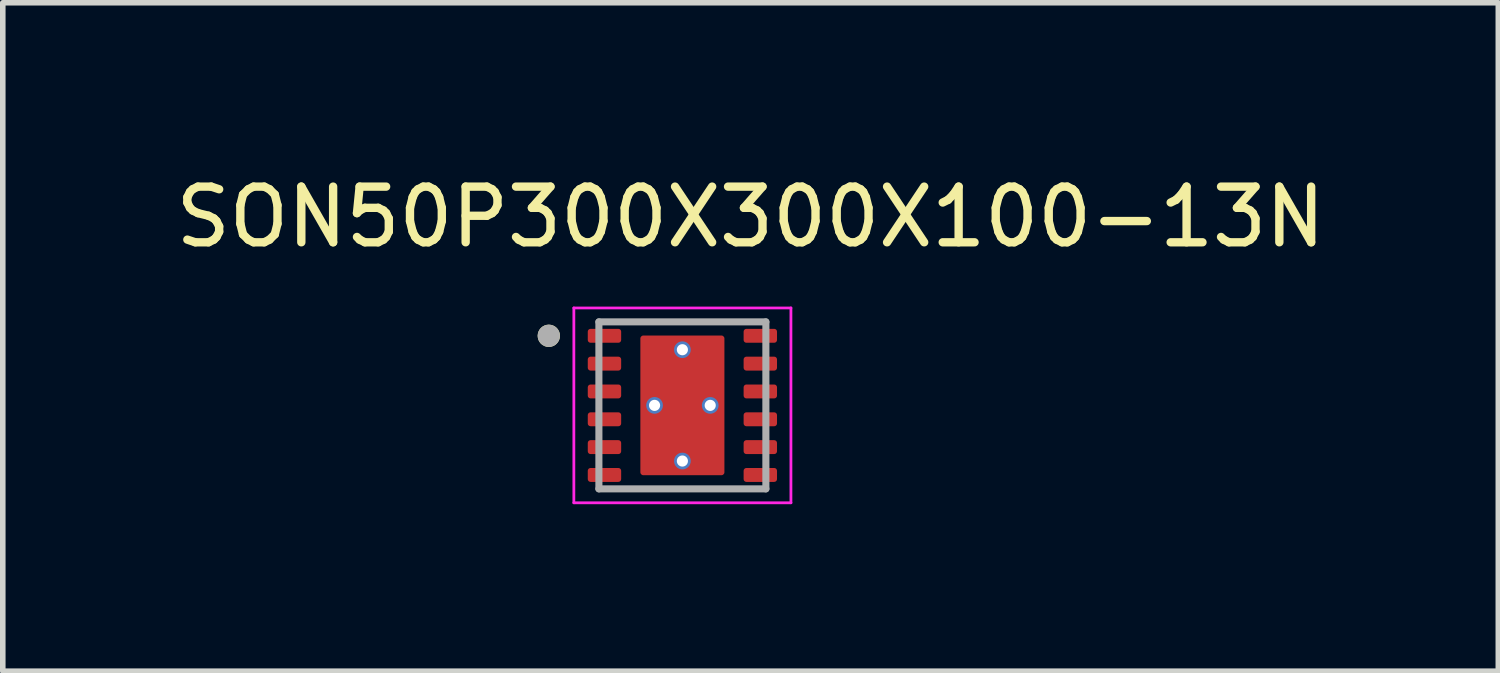
<source format=kicad_pcb>
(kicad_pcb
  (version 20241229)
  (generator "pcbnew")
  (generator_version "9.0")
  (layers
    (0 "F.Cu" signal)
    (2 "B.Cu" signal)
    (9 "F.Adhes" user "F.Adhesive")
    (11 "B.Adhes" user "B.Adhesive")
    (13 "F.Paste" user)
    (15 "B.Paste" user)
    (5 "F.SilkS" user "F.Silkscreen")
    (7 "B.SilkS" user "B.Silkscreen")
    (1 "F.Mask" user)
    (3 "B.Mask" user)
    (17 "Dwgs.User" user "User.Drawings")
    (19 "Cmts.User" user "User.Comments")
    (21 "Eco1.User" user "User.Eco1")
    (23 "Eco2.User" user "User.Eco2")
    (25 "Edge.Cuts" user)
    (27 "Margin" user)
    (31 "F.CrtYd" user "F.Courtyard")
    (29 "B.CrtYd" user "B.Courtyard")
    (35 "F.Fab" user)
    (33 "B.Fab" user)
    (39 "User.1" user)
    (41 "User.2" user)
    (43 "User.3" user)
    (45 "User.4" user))
  (footprint "SON50P300X300X100-13N"
    (layer "F.Cu")
    (at 9.21 4.233)
    (property "Reference" "SON50P300X300X100-13N" (at 1.225 -3.385 0) (layer "F.SilkS") (effects (font (size 1 1) (thickness 0.15))))
    (attr smd)
    (fp_poly (pts (xy -1.77 -1.105) (xy -1.77 -1.395) (xy -1.77 -1.398) (xy -1.77 -1.4) (xy -1.769 -1.403) (xy -1.769 -1.405) (xy -1.768 -1.408) (xy -1.768 -1.41) (xy -1.767 -1.413) (xy -1.766 -1.415) (xy -1.765 -1.418) (xy -1.763 -1.42) (xy -1.762 -1.422) (xy -1.76 -1.424) (xy -1.759 -1.426) (xy -1.757 -1.428) (xy -1.755 -1.43) (xy -1.753 -1.432) (xy -1.751 -1.434) (xy -1.749 -1.435) (xy -1.747 -1.437) (xy -1.745 -1.438) (xy -1.743 -1.44) (xy -1.74 -1.441) (xy -1.738 -1.442) (xy -1.735 -1.443) (xy -1.733 -1.443) (xy -1.73 -1.444) (xy -1.728 -1.444) (xy -1.725 -1.445) (xy -1.723 -1.445) (xy -1.72 -1.445) (xy -1.08 -1.445) (xy -1.077 -1.445) (xy -1.075 -1.445) (xy -1.072 -1.444) (xy -1.07 -1.444) (xy -1.067 -1.443) (xy -1.065 -1.443) (xy -1.062 -1.442) (xy -1.06 -1.441) (xy -1.057 -1.44) (xy -1.055 -1.438) (xy -1.053 -1.437) (xy -1.051 -1.435) (xy -1.049 -1.434) (xy -1.047 -1.432) (xy -1.045 -1.43) (xy -1.043 -1.428) (xy -1.041 -1.426) (xy -1.04 -1.424) (xy -1.038 -1.422) (xy -1.037 -1.42) (xy -1.035 -1.418) (xy -1.034 -1.415) (xy -1.033 -1.413) (xy -1.032 -1.41) (xy -1.032 -1.408) (xy -1.031 -1.405) (xy -1.031 -1.403) (xy -1.03 -1.4) (xy -1.03 -1.398) (xy -1.03 -1.395) (xy -1.03 -1.105) (xy -1.03 -1.102) (xy -1.03 -1.1) (xy -1.031 -1.097) (xy -1.031 -1.095) (xy -1.032 -1.092) (xy -1.032 -1.09) (xy -1.033 -1.087) (xy -1.034 -1.085) (xy -1.035 -1.082) (xy -1.037 -1.08) (xy -1.038 -1.078) (xy -1.04 -1.076) (xy -1.041 -1.074) (xy -1.043 -1.072) (xy -1.045 -1.07) (xy -1.047 -1.068) (xy -1.049 -1.066) (xy -1.051 -1.065) (xy -1.053 -1.063) (xy -1.055 -1.062) (xy -1.057 -1.06) (xy -1.06 -1.059) (xy -1.062 -1.058) (xy -1.065 -1.057) (xy -1.067 -1.057) (xy -1.07 -1.056) (xy -1.072 -1.056) (xy -1.075 -1.055) (xy -1.077 -1.055) (xy -1.08 -1.055) (xy -1.72 -1.055) (xy -1.723 -1.055) (xy -1.725 -1.055) (xy -1.728 -1.056) (xy -1.73 -1.056) (xy -1.733 -1.057) (xy -1.735 -1.057) (xy -1.738 -1.058) (xy -1.74 -1.059) (xy -1.743 -1.06) (xy -1.745 -1.062) (xy -1.747 -1.063) (xy -1.749 -1.065) (xy -1.751 -1.066) (xy -1.753 -1.068) (xy -1.755 -1.07) (xy -1.757 -1.072) (xy -1.759 -1.074) (xy -1.76 -1.076) (xy -1.762 -1.078) (xy -1.763 -1.08) (xy -1.765 -1.082) (xy -1.766 -1.085) (xy -1.767 -1.087) (xy -1.768 -1.09) (xy -1.768 -1.092) (xy -1.769 -1.095) (xy -1.769 -1.097) (xy -1.77 -1.1) (xy -1.77 -1.102) (xy -1.77 -1.105)) (stroke (width 0.01) (type solid)) (fill yes) (layer "F.Mask"))
    (fp_poly (pts (xy -1.77 -0.605) (xy -1.77 -0.895) (xy -1.77 -0.898) (xy -1.77 -0.9) (xy -1.769 -0.903) (xy -1.769 -0.905) (xy -1.768 -0.908) (xy -1.768 -0.91) (xy -1.767 -0.913) (xy -1.766 -0.915) (xy -1.765 -0.918) (xy -1.763 -0.92) (xy -1.762 -0.922) (xy -1.76 -0.924) (xy -1.759 -0.926) (xy -1.757 -0.928) (xy -1.755 -0.93) (xy -1.753 -0.932) (xy -1.751 -0.934) (xy -1.749 -0.935) (xy -1.747 -0.937) (xy -1.745 -0.938) (xy -1.743 -0.94) (xy -1.74 -0.941) (xy -1.738 -0.942) (xy -1.735 -0.943) (xy -1.733 -0.943) (xy -1.73 -0.944) (xy -1.728 -0.944) (xy -1.725 -0.945) (xy -1.723 -0.945) (xy -1.72 -0.945) (xy -1.08 -0.945) (xy -1.077 -0.945) (xy -1.075 -0.945) (xy -1.072 -0.944) (xy -1.07 -0.944) (xy -1.067 -0.943) (xy -1.065 -0.943) (xy -1.062 -0.942) (xy -1.06 -0.941) (xy -1.057 -0.94) (xy -1.055 -0.938) (xy -1.053 -0.937) (xy -1.051 -0.935) (xy -1.049 -0.934) (xy -1.047 -0.932) (xy -1.045 -0.93) (xy -1.043 -0.928) (xy -1.041 -0.926) (xy -1.04 -0.924) (xy -1.038 -0.922) (xy -1.037 -0.92) (xy -1.035 -0.918) (xy -1.034 -0.915) (xy -1.033 -0.913) (xy -1.032 -0.91) (xy -1.032 -0.908) (xy -1.031 -0.905) (xy -1.031 -0.903) (xy -1.03 -0.9) (xy -1.03 -0.898) (xy -1.03 -0.895) (xy -1.03 -0.605) (xy -1.03 -0.602) (xy -1.03 -0.6) (xy -1.031 -0.597) (xy -1.031 -0.595) (xy -1.032 -0.592) (xy -1.032 -0.59) (xy -1.033 -0.587) (xy -1.034 -0.585) (xy -1.035 -0.582) (xy -1.037 -0.58) (xy -1.038 -0.578) (xy -1.04 -0.576) (xy -1.041 -0.574) (xy -1.043 -0.572) (xy -1.045 -0.57) (xy -1.047 -0.568) (xy -1.049 -0.566) (xy -1.051 -0.565) (xy -1.053 -0.563) (xy -1.055 -0.562) (xy -1.057 -0.56) (xy -1.06 -0.559) (xy -1.062 -0.558) (xy -1.065 -0.557) (xy -1.067 -0.557) (xy -1.07 -0.556) (xy -1.072 -0.556) (xy -1.075 -0.555) (xy -1.077 -0.555) (xy -1.08 -0.555) (xy -1.72 -0.555) (xy -1.723 -0.555) (xy -1.725 -0.555) (xy -1.728 -0.556) (xy -1.73 -0.556) (xy -1.733 -0.557) (xy -1.735 -0.557) (xy -1.738 -0.558) (xy -1.74 -0.559) (xy -1.743 -0.56) (xy -1.745 -0.562) (xy -1.747 -0.563) (xy -1.749 -0.565) (xy -1.751 -0.566) (xy -1.753 -0.568) (xy -1.755 -0.57) (xy -1.757 -0.572) (xy -1.759 -0.574) (xy -1.76 -0.576) (xy -1.762 -0.578) (xy -1.763 -0.58) (xy -1.765 -0.582) (xy -1.766 -0.585) (xy -1.767 -0.587) (xy -1.768 -0.59) (xy -1.768 -0.592) (xy -1.769 -0.595) (xy -1.769 -0.597) (xy -1.77 -0.6) (xy -1.77 -0.602) (xy -1.77 -0.605)) (stroke (width 0.01) (type solid)) (fill yes) (layer "F.Mask"))
    (fp_poly (pts (xy -1.77 -0.105) (xy -1.77 -0.395) (xy -1.77 -0.398) (xy -1.77 -0.4) (xy -1.769 -0.403) (xy -1.769 -0.405) (xy -1.768 -0.408) (xy -1.768 -0.41) (xy -1.767 -0.413) (xy -1.766 -0.415) (xy -1.765 -0.418) (xy -1.763 -0.42) (xy -1.762 -0.422) (xy -1.76 -0.424) (xy -1.759 -0.426) (xy -1.757 -0.428) (xy -1.755 -0.43) (xy -1.753 -0.432) (xy -1.751 -0.434) (xy -1.749 -0.435) (xy -1.747 -0.437) (xy -1.745 -0.438) (xy -1.743 -0.44) (xy -1.74 -0.441) (xy -1.738 -0.442) (xy -1.735 -0.443) (xy -1.733 -0.443) (xy -1.73 -0.444) (xy -1.728 -0.444) (xy -1.725 -0.445) (xy -1.723 -0.445) (xy -1.72 -0.445) (xy -1.08 -0.445) (xy -1.077 -0.445) (xy -1.075 -0.445) (xy -1.072 -0.444) (xy -1.07 -0.444) (xy -1.067 -0.443) (xy -1.065 -0.443) (xy -1.062 -0.442) (xy -1.06 -0.441) (xy -1.057 -0.44) (xy -1.055 -0.438) (xy -1.053 -0.437) (xy -1.051 -0.435) (xy -1.049 -0.434) (xy -1.047 -0.432) (xy -1.045 -0.43) (xy -1.043 -0.428) (xy -1.041 -0.426) (xy -1.04 -0.424) (xy -1.038 -0.422) (xy -1.037 -0.42) (xy -1.035 -0.418) (xy -1.034 -0.415) (xy -1.033 -0.413) (xy -1.032 -0.41) (xy -1.032 -0.408) (xy -1.031 -0.405) (xy -1.031 -0.403) (xy -1.03 -0.4) (xy -1.03 -0.398) (xy -1.03 -0.395) (xy -1.03 -0.105) (xy -1.03 -0.102) (xy -1.03 -0.1) (xy -1.031 -0.097) (xy -1.031 -0.095) (xy -1.032 -0.092) (xy -1.032 -0.09) (xy -1.033 -0.087) (xy -1.034 -0.085) (xy -1.035 -0.082) (xy -1.037 -0.08) (xy -1.038 -0.078) (xy -1.04 -0.076) (xy -1.041 -0.074) (xy -1.043 -0.072) (xy -1.045 -0.07) (xy -1.047 -0.068) (xy -1.049 -0.066) (xy -1.051 -0.065) (xy -1.053 -0.063) (xy -1.055 -0.062) (xy -1.057 -0.06) (xy -1.06 -0.059) (xy -1.062 -0.058) (xy -1.065 -0.057) (xy -1.067 -0.057) (xy -1.07 -0.056) (xy -1.072 -0.056) (xy -1.075 -0.055) (xy -1.077 -0.055) (xy -1.08 -0.055) (xy -1.72 -0.055) (xy -1.723 -0.055) (xy -1.725 -0.055) (xy -1.728 -0.056) (xy -1.73 -0.056) (xy -1.733 -0.057) (xy -1.735 -0.057) (xy -1.738 -0.058) (xy -1.74 -0.059) (xy -1.743 -0.06) (xy -1.745 -0.062) (xy -1.747 -0.063) (xy -1.749 -0.065) (xy -1.751 -0.066) (xy -1.753 -0.068) (xy -1.755 -0.07) (xy -1.757 -0.072) (xy -1.759 -0.074) (xy -1.76 -0.076) (xy -1.762 -0.078) (xy -1.763 -0.08) (xy -1.765 -0.082) (xy -1.766 -0.085) (xy -1.767 -0.087) (xy -1.768 -0.09) (xy -1.768 -0.092) (xy -1.769 -0.095) (xy -1.769 -0.097) (xy -1.77 -0.1) (xy -1.77 -0.102) (xy -1.77 -0.105)) (stroke (width 0.01) (type solid)) (fill yes) (layer "F.Mask"))
    (fp_poly (pts (xy -1.77 0.395) (xy -1.77 0.105) (xy -1.77 0.102) (xy -1.77 0.1) (xy -1.769 0.097) (xy -1.769 0.095) (xy -1.768 0.092) (xy -1.768 0.09) (xy -1.767 0.087) (xy -1.766 0.085) (xy -1.765 0.082) (xy -1.763 0.08) (xy -1.762 0.078) (xy -1.76 0.076) (xy -1.759 0.074) (xy -1.757 0.072) (xy -1.755 0.07) (xy -1.753 0.068) (xy -1.751 0.066) (xy -1.749 0.065) (xy -1.747 0.063) (xy -1.745 0.062) (xy -1.743 0.06) (xy -1.74 0.059) (xy -1.738 0.058) (xy -1.735 0.057) (xy -1.733 0.057) (xy -1.73 0.056) (xy -1.728 0.056) (xy -1.725 0.055) (xy -1.723 0.055) (xy -1.72 0.055) (xy -1.08 0.055) (xy -1.077 0.055) (xy -1.075 0.055) (xy -1.072 0.056) (xy -1.07 0.056) (xy -1.067 0.057) (xy -1.065 0.057) (xy -1.062 0.058) (xy -1.06 0.059) (xy -1.057 0.06) (xy -1.055 0.062) (xy -1.053 0.063) (xy -1.051 0.065) (xy -1.049 0.066) (xy -1.047 0.068) (xy -1.045 0.07) (xy -1.043 0.072) (xy -1.041 0.074) (xy -1.04 0.076) (xy -1.038 0.078) (xy -1.037 0.08) (xy -1.035 0.082) (xy -1.034 0.085) (xy -1.033 0.087) (xy -1.032 0.09) (xy -1.032 0.092) (xy -1.031 0.095) (xy -1.031 0.097) (xy -1.03 0.1) (xy -1.03 0.102) (xy -1.03 0.105) (xy -1.03 0.395) (xy -1.03 0.398) (xy -1.03 0.4) (xy -1.031 0.403) (xy -1.031 0.405) (xy -1.032 0.408) (xy -1.032 0.41) (xy -1.033 0.413) (xy -1.034 0.415) (xy -1.035 0.418) (xy -1.037 0.42) (xy -1.038 0.422) (xy -1.04 0.424) (xy -1.041 0.426) (xy -1.043 0.428) (xy -1.045 0.43) (xy -1.047 0.432) (xy -1.049 0.434) (xy -1.051 0.435) (xy -1.053 0.437) (xy -1.055 0.438) (xy -1.057 0.44) (xy -1.06 0.441) (xy -1.062 0.442) (xy -1.065 0.443) (xy -1.067 0.443) (xy -1.07 0.444) (xy -1.072 0.444) (xy -1.075 0.445) (xy -1.077 0.445) (xy -1.08 0.445) (xy -1.72 0.445) (xy -1.723 0.445) (xy -1.725 0.445) (xy -1.728 0.444) (xy -1.73 0.444) (xy -1.733 0.443) (xy -1.735 0.443) (xy -1.738 0.442) (xy -1.74 0.441) (xy -1.743 0.44) (xy -1.745 0.438) (xy -1.747 0.437) (xy -1.749 0.435) (xy -1.751 0.434) (xy -1.753 0.432) (xy -1.755 0.43) (xy -1.757 0.428) (xy -1.759 0.426) (xy -1.76 0.424) (xy -1.762 0.422) (xy -1.763 0.42) (xy -1.765 0.418) (xy -1.766 0.415) (xy -1.767 0.413) (xy -1.768 0.41) (xy -1.768 0.408) (xy -1.769 0.405) (xy -1.769 0.403) (xy -1.77 0.4) (xy -1.77 0.398) (xy -1.77 0.395)) (stroke (width 0.01) (type solid)) (fill yes) (layer "F.Mask"))
    (fp_poly (pts (xy -1.77 0.895) (xy -1.77 0.605) (xy -1.77 0.602) (xy -1.77 0.6) (xy -1.769 0.597) (xy -1.769 0.595) (xy -1.768 0.592) (xy -1.768 0.59) (xy -1.767 0.587) (xy -1.766 0.585) (xy -1.765 0.582) (xy -1.763 0.58) (xy -1.762 0.578) (xy -1.76 0.576) (xy -1.759 0.574) (xy -1.757 0.572) (xy -1.755 0.57) (xy -1.753 0.568) (xy -1.751 0.566) (xy -1.749 0.565) (xy -1.747 0.563) (xy -1.745 0.562) (xy -1.743 0.56) (xy -1.74 0.559) (xy -1.738 0.558) (xy -1.735 0.557) (xy -1.733 0.557) (xy -1.73 0.556) (xy -1.728 0.556) (xy -1.725 0.555) (xy -1.723 0.555) (xy -1.72 0.555) (xy -1.08 0.555) (xy -1.077 0.555) (xy -1.075 0.555) (xy -1.072 0.556) (xy -1.07 0.556) (xy -1.067 0.557) (xy -1.065 0.557) (xy -1.062 0.558) (xy -1.06 0.559) (xy -1.057 0.56) (xy -1.055 0.562) (xy -1.053 0.563) (xy -1.051 0.565) (xy -1.049 0.566) (xy -1.047 0.568) (xy -1.045 0.57) (xy -1.043 0.572) (xy -1.041 0.574) (xy -1.04 0.576) (xy -1.038 0.578) (xy -1.037 0.58) (xy -1.035 0.582) (xy -1.034 0.585) (xy -1.033 0.587) (xy -1.032 0.59) (xy -1.032 0.592) (xy -1.031 0.595) (xy -1.031 0.597) (xy -1.03 0.6) (xy -1.03 0.602) (xy -1.03 0.605) (xy -1.03 0.895) (xy -1.03 0.898) (xy -1.03 0.9) (xy -1.031 0.903) (xy -1.031 0.905) (xy -1.032 0.908) (xy -1.032 0.91) (xy -1.033 0.913) (xy -1.034 0.915) (xy -1.035 0.918) (xy -1.037 0.92) (xy -1.038 0.922) (xy -1.04 0.924) (xy -1.041 0.926) (xy -1.043 0.928) (xy -1.045 0.93) (xy -1.047 0.932) (xy -1.049 0.934) (xy -1.051 0.935) (xy -1.053 0.937) (xy -1.055 0.938) (xy -1.057 0.94) (xy -1.06 0.941) (xy -1.062 0.942) (xy -1.065 0.943) (xy -1.067 0.943) (xy -1.07 0.944) (xy -1.072 0.944) (xy -1.075 0.945) (xy -1.077 0.945) (xy -1.08 0.945) (xy -1.72 0.945) (xy -1.723 0.945) (xy -1.725 0.945) (xy -1.728 0.944) (xy -1.73 0.944) (xy -1.733 0.943) (xy -1.735 0.943) (xy -1.738 0.942) (xy -1.74 0.941) (xy -1.743 0.94) (xy -1.745 0.938) (xy -1.747 0.937) (xy -1.749 0.935) (xy -1.751 0.934) (xy -1.753 0.932) (xy -1.755 0.93) (xy -1.757 0.928) (xy -1.759 0.926) (xy -1.76 0.924) (xy -1.762 0.922) (xy -1.763 0.92) (xy -1.765 0.918) (xy -1.766 0.915) (xy -1.767 0.913) (xy -1.768 0.91) (xy -1.768 0.908) (xy -1.769 0.905) (xy -1.769 0.903) (xy -1.77 0.9) (xy -1.77 0.898) (xy -1.77 0.895)) (stroke (width 0.01) (type solid)) (fill yes) (layer "F.Mask"))
    (fp_poly (pts (xy -1.77 1.395) (xy -1.77 1.105) (xy -1.77 1.102) (xy -1.77 1.1) (xy -1.769 1.097) (xy -1.769 1.095) (xy -1.768 1.092) (xy -1.768 1.09) (xy -1.767 1.087) (xy -1.766 1.085) (xy -1.765 1.082) (xy -1.763 1.08) (xy -1.762 1.078) (xy -1.76 1.076) (xy -1.759 1.074) (xy -1.757 1.072) (xy -1.755 1.07) (xy -1.753 1.068) (xy -1.751 1.066) (xy -1.749 1.065) (xy -1.747 1.063) (xy -1.745 1.062) (xy -1.743 1.06) (xy -1.74 1.059) (xy -1.738 1.058) (xy -1.735 1.057) (xy -1.733 1.057) (xy -1.73 1.056) (xy -1.728 1.056) (xy -1.725 1.055) (xy -1.723 1.055) (xy -1.72 1.055) (xy -1.08 1.055) (xy -1.077 1.055) (xy -1.075 1.055) (xy -1.072 1.056) (xy -1.07 1.056) (xy -1.067 1.057) (xy -1.065 1.057) (xy -1.062 1.058) (xy -1.06 1.059) (xy -1.057 1.06) (xy -1.055 1.062) (xy -1.053 1.063) (xy -1.051 1.065) (xy -1.049 1.066) (xy -1.047 1.068) (xy -1.045 1.07) (xy -1.043 1.072) (xy -1.041 1.074) (xy -1.04 1.076) (xy -1.038 1.078) (xy -1.037 1.08) (xy -1.035 1.082) (xy -1.034 1.085) (xy -1.033 1.087) (xy -1.032 1.09) (xy -1.032 1.092) (xy -1.031 1.095) (xy -1.031 1.097) (xy -1.03 1.1) (xy -1.03 1.102) (xy -1.03 1.105) (xy -1.03 1.395) (xy -1.03 1.398) (xy -1.03 1.4) (xy -1.031 1.403) (xy -1.031 1.405) (xy -1.032 1.408) (xy -1.032 1.41) (xy -1.033 1.413) (xy -1.034 1.415) (xy -1.035 1.418) (xy -1.037 1.42) (xy -1.038 1.422) (xy -1.04 1.424) (xy -1.041 1.426) (xy -1.043 1.428) (xy -1.045 1.43) (xy -1.047 1.432) (xy -1.049 1.434) (xy -1.051 1.435) (xy -1.053 1.437) (xy -1.055 1.438) (xy -1.057 1.44) (xy -1.06 1.441) (xy -1.062 1.442) (xy -1.065 1.443) (xy -1.067 1.443) (xy -1.07 1.444) (xy -1.072 1.444) (xy -1.075 1.445) (xy -1.077 1.445) (xy -1.08 1.445) (xy -1.72 1.445) (xy -1.723 1.445) (xy -1.725 1.445) (xy -1.728 1.444) (xy -1.73 1.444) (xy -1.733 1.443) (xy -1.735 1.443) (xy -1.738 1.442) (xy -1.74 1.441) (xy -1.743 1.44) (xy -1.745 1.438) (xy -1.747 1.437) (xy -1.749 1.435) (xy -1.751 1.434) (xy -1.753 1.432) (xy -1.755 1.43) (xy -1.757 1.428) (xy -1.759 1.426) (xy -1.76 1.424) (xy -1.762 1.422) (xy -1.763 1.42) (xy -1.765 1.418) (xy -1.766 1.415) (xy -1.767 1.413) (xy -1.768 1.41) (xy -1.768 1.408) (xy -1.769 1.405) (xy -1.769 1.403) (xy -1.77 1.4) (xy -1.77 1.398) (xy -1.77 1.395)) (stroke (width 0.01) (type solid)) (fill yes) (layer "F.Mask"))
    (fp_poly (pts (xy 0.77 -1.32) (xy -0.77 -1.32) (xy -0.773 -1.32) (xy -0.775 -1.32) (xy -0.778 -1.319) (xy -0.78 -1.319) (xy -0.783 -1.318) (xy -0.785 -1.318) (xy -0.788 -1.317) (xy -0.79 -1.316) (xy -0.793 -1.315) (xy -0.795 -1.313) (xy -0.797 -1.312) (xy -0.799 -1.31) (xy -0.801 -1.309) (xy -0.803 -1.307) (xy -0.805 -1.305) (xy -0.807 -1.303) (xy -0.809 -1.301) (xy -0.81 -1.299) (xy -0.812 -1.297) (xy -0.813 -1.295) (xy -0.815 -1.293) (xy -0.816 -1.29) (xy -0.817 -1.288) (xy -0.818 -1.285) (xy -0.818 -1.283) (xy -0.819 -1.28) (xy -0.819 -1.278) (xy -0.82 -1.275) (xy -0.82 -1.273) (xy -0.82 -1.27) (xy -0.82 1.27) (xy -0.82 1.273) (xy -0.82 1.275) (xy -0.819 1.278) (xy -0.819 1.28) (xy -0.818 1.283) (xy -0.818 1.285) (xy -0.817 1.288) (xy -0.816 1.29) (xy -0.815 1.293) (xy -0.813 1.295) (xy -0.812 1.297) (xy -0.81 1.299) (xy -0.809 1.301) (xy -0.807 1.303) (xy -0.805 1.305) (xy -0.803 1.307) (xy -0.801 1.309) (xy -0.799 1.31) (xy -0.797 1.312) (xy -0.795 1.313) (xy -0.793 1.315) (xy -0.79 1.316) (xy -0.788 1.317) (xy -0.785 1.318) (xy -0.783 1.318) (xy -0.78 1.319) (xy -0.778 1.319) (xy -0.775 1.32) (xy -0.773 1.32) (xy -0.77 1.32) (xy 0.77 1.32) (xy 0.773 1.32) (xy 0.775 1.32) (xy 0.778 1.319) (xy 0.78 1.319) (xy 0.783 1.318) (xy 0.785 1.318) (xy 0.788 1.317) (xy 0.79 1.316) (xy 0.793 1.315) (xy 0.795 1.313) (xy 0.797 1.312) (xy 0.799 1.31) (xy 0.801 1.309) (xy 0.803 1.307) (xy 0.805 1.305) (xy 0.807 1.303) (xy 0.809 1.301) (xy 0.81 1.299) (xy 0.812 1.297) (xy 0.813 1.295) (xy 0.815 1.293) (xy 0.816 1.29) (xy 0.817 1.288) (xy 0.818 1.285) (xy 0.818 1.283) (xy 0.819 1.28) (xy 0.819 1.278) (xy 0.82 1.275) (xy 0.82 1.273) (xy 0.82 1.27) (xy 0.82 -1.27) (xy 0.82 -1.273) (xy 0.82 -1.275) (xy 0.819 -1.278) (xy 0.819 -1.28) (xy 0.818 -1.283) (xy 0.818 -1.285) (xy 0.817 -1.288) (xy 0.816 -1.29) (xy 0.815 -1.293) (xy 0.813 -1.295) (xy 0.812 -1.297) (xy 0.81 -1.299) (xy 0.809 -1.301) (xy 0.807 -1.303) (xy 0.805 -1.305) (xy 0.803 -1.307) (xy 0.801 -1.309) (xy 0.799 -1.31) (xy 0.797 -1.312) (xy 0.795 -1.313) (xy 0.793 -1.315) (xy 0.79 -1.316) (xy 0.788 -1.317) (xy 0.785 -1.318) (xy 0.783 -1.318) (xy 0.78 -1.319) (xy 0.778 -1.319) (xy 0.775 -1.32) (xy 0.773 -1.32) (xy 0.77 -1.32)) (stroke (width 0.01) (type solid)) (fill yes) (layer "F.Mask"))
    (fp_poly (pts (xy 1.03 -1.105) (xy 1.03 -1.395) (xy 1.03 -1.398) (xy 1.03 -1.4) (xy 1.031 -1.403) (xy 1.031 -1.405) (xy 1.032 -1.408) (xy 1.032 -1.41) (xy 1.033 -1.413) (xy 1.034 -1.415) (xy 1.035 -1.418) (xy 1.037 -1.42) (xy 1.038 -1.422) (xy 1.04 -1.424) (xy 1.041 -1.426) (xy 1.043 -1.428) (xy 1.045 -1.43) (xy 1.047 -1.432) (xy 1.049 -1.434) (xy 1.051 -1.435) (xy 1.053 -1.437) (xy 1.055 -1.438) (xy 1.057 -1.44) (xy 1.06 -1.441) (xy 1.062 -1.442) (xy 1.065 -1.443) (xy 1.067 -1.443) (xy 1.07 -1.444) (xy 1.072 -1.444) (xy 1.075 -1.445) (xy 1.077 -1.445) (xy 1.08 -1.445) (xy 1.72 -1.445) (xy 1.723 -1.445) (xy 1.725 -1.445) (xy 1.728 -1.444) (xy 1.73 -1.444) (xy 1.733 -1.443) (xy 1.735 -1.443) (xy 1.738 -1.442) (xy 1.74 -1.441) (xy 1.743 -1.44) (xy 1.745 -1.438) (xy 1.747 -1.437) (xy 1.749 -1.435) (xy 1.751 -1.434) (xy 1.753 -1.432) (xy 1.755 -1.43) (xy 1.757 -1.428) (xy 1.759 -1.426) (xy 1.76 -1.424) (xy 1.762 -1.422) (xy 1.763 -1.42) (xy 1.765 -1.418) (xy 1.766 -1.415) (xy 1.767 -1.413) (xy 1.768 -1.41) (xy 1.768 -1.408) (xy 1.769 -1.405) (xy 1.769 -1.403) (xy 1.77 -1.4) (xy 1.77 -1.398) (xy 1.77 -1.395) (xy 1.77 -1.105) (xy 1.77 -1.102) (xy 1.77 -1.1) (xy 1.769 -1.097) (xy 1.769 -1.095) (xy 1.768 -1.092) (xy 1.768 -1.09) (xy 1.767 -1.087) (xy 1.766 -1.085) (xy 1.765 -1.082) (xy 1.763 -1.08) (xy 1.762 -1.078) (xy 1.76 -1.076) (xy 1.759 -1.074) (xy 1.757 -1.072) (xy 1.755 -1.07) (xy 1.753 -1.068) (xy 1.751 -1.066) (xy 1.749 -1.065) (xy 1.747 -1.063) (xy 1.745 -1.062) (xy 1.743 -1.06) (xy 1.74 -1.059) (xy 1.738 -1.058) (xy 1.735 -1.057) (xy 1.733 -1.057) (xy 1.73 -1.056) (xy 1.728 -1.056) (xy 1.725 -1.055) (xy 1.723 -1.055) (xy 1.72 -1.055) (xy 1.08 -1.055) (xy 1.077 -1.055) (xy 1.075 -1.055) (xy 1.072 -1.056) (xy 1.07 -1.056) (xy 1.067 -1.057) (xy 1.065 -1.057) (xy 1.062 -1.058) (xy 1.06 -1.059) (xy 1.057 -1.06) (xy 1.055 -1.062) (xy 1.053 -1.063) (xy 1.051 -1.065) (xy 1.049 -1.066) (xy 1.047 -1.068) (xy 1.045 -1.07) (xy 1.043 -1.072) (xy 1.041 -1.074) (xy 1.04 -1.076) (xy 1.038 -1.078) (xy 1.037 -1.08) (xy 1.035 -1.082) (xy 1.034 -1.085) (xy 1.033 -1.087) (xy 1.032 -1.09) (xy 1.032 -1.092) (xy 1.031 -1.095) (xy 1.031 -1.097) (xy 1.03 -1.1) (xy 1.03 -1.102) (xy 1.03 -1.105)) (stroke (width 0.01) (type solid)) (fill yes) (layer "F.Mask"))
    (fp_poly (pts (xy 1.03 -0.605) (xy 1.03 -0.895) (xy 1.03 -0.898) (xy 1.03 -0.9) (xy 1.031 -0.903) (xy 1.031 -0.905) (xy 1.032 -0.908) (xy 1.032 -0.91) (xy 1.033 -0.913) (xy 1.034 -0.915) (xy 1.035 -0.918) (xy 1.037 -0.92) (xy 1.038 -0.922) (xy 1.04 -0.924) (xy 1.041 -0.926) (xy 1.043 -0.928) (xy 1.045 -0.93) (xy 1.047 -0.932) (xy 1.049 -0.934) (xy 1.051 -0.935) (xy 1.053 -0.937) (xy 1.055 -0.938) (xy 1.057 -0.94) (xy 1.06 -0.941) (xy 1.062 -0.942) (xy 1.065 -0.943) (xy 1.067 -0.943) (xy 1.07 -0.944) (xy 1.072 -0.944) (xy 1.075 -0.945) (xy 1.077 -0.945) (xy 1.08 -0.945) (xy 1.72 -0.945) (xy 1.723 -0.945) (xy 1.725 -0.945) (xy 1.728 -0.944) (xy 1.73 -0.944) (xy 1.733 -0.943) (xy 1.735 -0.943) (xy 1.738 -0.942) (xy 1.74 -0.941) (xy 1.743 -0.94) (xy 1.745 -0.938) (xy 1.747 -0.937) (xy 1.749 -0.935) (xy 1.751 -0.934) (xy 1.753 -0.932) (xy 1.755 -0.93) (xy 1.757 -0.928) (xy 1.759 -0.926) (xy 1.76 -0.924) (xy 1.762 -0.922) (xy 1.763 -0.92) (xy 1.765 -0.918) (xy 1.766 -0.915) (xy 1.767 -0.913) (xy 1.768 -0.91) (xy 1.768 -0.908) (xy 1.769 -0.905) (xy 1.769 -0.903) (xy 1.77 -0.9) (xy 1.77 -0.898) (xy 1.77 -0.895) (xy 1.77 -0.605) (xy 1.77 -0.602) (xy 1.77 -0.6) (xy 1.769 -0.597) (xy 1.769 -0.595) (xy 1.768 -0.592) (xy 1.768 -0.59) (xy 1.767 -0.587) (xy 1.766 -0.585) (xy 1.765 -0.582) (xy 1.763 -0.58) (xy 1.762 -0.578) (xy 1.76 -0.576) (xy 1.759 -0.574) (xy 1.757 -0.572) (xy 1.755 -0.57) (xy 1.753 -0.568) (xy 1.751 -0.566) (xy 1.749 -0.565) (xy 1.747 -0.563) (xy 1.745 -0.562) (xy 1.743 -0.56) (xy 1.74 -0.559) (xy 1.738 -0.558) (xy 1.735 -0.557) (xy 1.733 -0.557) (xy 1.73 -0.556) (xy 1.728 -0.556) (xy 1.725 -0.555) (xy 1.723 -0.555) (xy 1.72 -0.555) (xy 1.08 -0.555) (xy 1.077 -0.555) (xy 1.075 -0.555) (xy 1.072 -0.556) (xy 1.07 -0.556) (xy 1.067 -0.557) (xy 1.065 -0.557) (xy 1.062 -0.558) (xy 1.06 -0.559) (xy 1.057 -0.56) (xy 1.055 -0.562) (xy 1.053 -0.563) (xy 1.051 -0.565) (xy 1.049 -0.566) (xy 1.047 -0.568) (xy 1.045 -0.57) (xy 1.043 -0.572) (xy 1.041 -0.574) (xy 1.04 -0.576) (xy 1.038 -0.578) (xy 1.037 -0.58) (xy 1.035 -0.582) (xy 1.034 -0.585) (xy 1.033 -0.587) (xy 1.032 -0.59) (xy 1.032 -0.592) (xy 1.031 -0.595) (xy 1.031 -0.597) (xy 1.03 -0.6) (xy 1.03 -0.602) (xy 1.03 -0.605)) (stroke (width 0.01) (type solid)) (fill yes) (layer "F.Mask"))
    (fp_poly (pts (xy 1.03 -0.105) (xy 1.03 -0.395) (xy 1.03 -0.398) (xy 1.03 -0.4) (xy 1.031 -0.403) (xy 1.031 -0.405) (xy 1.032 -0.408) (xy 1.032 -0.41) (xy 1.033 -0.413) (xy 1.034 -0.415) (xy 1.035 -0.418) (xy 1.037 -0.42) (xy 1.038 -0.422) (xy 1.04 -0.424) (xy 1.041 -0.426) (xy 1.043 -0.428) (xy 1.045 -0.43) (xy 1.047 -0.432) (xy 1.049 -0.434) (xy 1.051 -0.435) (xy 1.053 -0.437) (xy 1.055 -0.438) (xy 1.057 -0.44) (xy 1.06 -0.441) (xy 1.062 -0.442) (xy 1.065 -0.443) (xy 1.067 -0.443) (xy 1.07 -0.444) (xy 1.072 -0.444) (xy 1.075 -0.445) (xy 1.077 -0.445) (xy 1.08 -0.445) (xy 1.72 -0.445) (xy 1.723 -0.445) (xy 1.725 -0.445) (xy 1.728 -0.444) (xy 1.73 -0.444) (xy 1.733 -0.443) (xy 1.735 -0.443) (xy 1.738 -0.442) (xy 1.74 -0.441) (xy 1.743 -0.44) (xy 1.745 -0.438) (xy 1.747 -0.437) (xy 1.749 -0.435) (xy 1.751 -0.434) (xy 1.753 -0.432) (xy 1.755 -0.43) (xy 1.757 -0.428) (xy 1.759 -0.426) (xy 1.76 -0.424) (xy 1.762 -0.422) (xy 1.763 -0.42) (xy 1.765 -0.418) (xy 1.766 -0.415) (xy 1.767 -0.413) (xy 1.768 -0.41) (xy 1.768 -0.408) (xy 1.769 -0.405) (xy 1.769 -0.403) (xy 1.77 -0.4) (xy 1.77 -0.398) (xy 1.77 -0.395) (xy 1.77 -0.105) (xy 1.77 -0.102) (xy 1.77 -0.1) (xy 1.769 -0.097) (xy 1.769 -0.095) (xy 1.768 -0.092) (xy 1.768 -0.09) (xy 1.767 -0.087) (xy 1.766 -0.085) (xy 1.765 -0.082) (xy 1.763 -0.08) (xy 1.762 -0.078) (xy 1.76 -0.076) (xy 1.759 -0.074) (xy 1.757 -0.072) (xy 1.755 -0.07) (xy 1.753 -0.068) (xy 1.751 -0.066) (xy 1.749 -0.065) (xy 1.747 -0.063) (xy 1.745 -0.062) (xy 1.743 -0.06) (xy 1.74 -0.059) (xy 1.738 -0.058) (xy 1.735 -0.057) (xy 1.733 -0.057) (xy 1.73 -0.056) (xy 1.728 -0.056) (xy 1.725 -0.055) (xy 1.723 -0.055) (xy 1.72 -0.055) (xy 1.08 -0.055) (xy 1.077 -0.055) (xy 1.075 -0.055) (xy 1.072 -0.056) (xy 1.07 -0.056) (xy 1.067 -0.057) (xy 1.065 -0.057) (xy 1.062 -0.058) (xy 1.06 -0.059) (xy 1.057 -0.06) (xy 1.055 -0.062) (xy 1.053 -0.063) (xy 1.051 -0.065) (xy 1.049 -0.066) (xy 1.047 -0.068) (xy 1.045 -0.07) (xy 1.043 -0.072) (xy 1.041 -0.074) (xy 1.04 -0.076) (xy 1.038 -0.078) (xy 1.037 -0.08) (xy 1.035 -0.082) (xy 1.034 -0.085) (xy 1.033 -0.087) (xy 1.032 -0.09) (xy 1.032 -0.092) (xy 1.031 -0.095) (xy 1.031 -0.097) (xy 1.03 -0.1) (xy 1.03 -0.102) (xy 1.03 -0.105)) (stroke (width 0.01) (type solid)) (fill yes) (layer "F.Mask"))
    (fp_poly (pts (xy 1.03 0.395) (xy 1.03 0.105) (xy 1.03 0.102) (xy 1.03 0.1) (xy 1.031 0.097) (xy 1.031 0.095) (xy 1.032 0.092) (xy 1.032 0.09) (xy 1.033 0.087) (xy 1.034 0.085) (xy 1.035 0.082) (xy 1.037 0.08) (xy 1.038 0.078) (xy 1.04 0.076) (xy 1.041 0.074) (xy 1.043 0.072) (xy 1.045 0.07) (xy 1.047 0.068) (xy 1.049 0.066) (xy 1.051 0.065) (xy 1.053 0.063) (xy 1.055 0.062) (xy 1.057 0.06) (xy 1.06 0.059) (xy 1.062 0.058) (xy 1.065 0.057) (xy 1.067 0.057) (xy 1.07 0.056) (xy 1.072 0.056) (xy 1.075 0.055) (xy 1.077 0.055) (xy 1.08 0.055) (xy 1.72 0.055) (xy 1.723 0.055) (xy 1.725 0.055) (xy 1.728 0.056) (xy 1.73 0.056) (xy 1.733 0.057) (xy 1.735 0.057) (xy 1.738 0.058) (xy 1.74 0.059) (xy 1.743 0.06) (xy 1.745 0.062) (xy 1.747 0.063) (xy 1.749 0.065) (xy 1.751 0.066) (xy 1.753 0.068) (xy 1.755 0.07) (xy 1.757 0.072) (xy 1.759 0.074) (xy 1.76 0.076) (xy 1.762 0.078) (xy 1.763 0.08) (xy 1.765 0.082) (xy 1.766 0.085) (xy 1.767 0.087) (xy 1.768 0.09) (xy 1.768 0.092) (xy 1.769 0.095) (xy 1.769 0.097) (xy 1.77 0.1) (xy 1.77 0.102) (xy 1.77 0.105) (xy 1.77 0.395) (xy 1.77 0.398) (xy 1.77 0.4) (xy 1.769 0.403) (xy 1.769 0.405) (xy 1.768 0.408) (xy 1.768 0.41) (xy 1.767 0.413) (xy 1.766 0.415) (xy 1.765 0.418) (xy 1.763 0.42) (xy 1.762 0.422) (xy 1.76 0.424) (xy 1.759 0.426) (xy 1.757 0.428) (xy 1.755 0.43) (xy 1.753 0.432) (xy 1.751 0.434) (xy 1.749 0.435) (xy 1.747 0.437) (xy 1.745 0.438) (xy 1.743 0.44) (xy 1.74 0.441) (xy 1.738 0.442) (xy 1.735 0.443) (xy 1.733 0.443) (xy 1.73 0.444) (xy 1.728 0.444) (xy 1.725 0.445) (xy 1.723 0.445) (xy 1.72 0.445) (xy 1.08 0.445) (xy 1.077 0.445) (xy 1.075 0.445) (xy 1.072 0.444) (xy 1.07 0.444) (xy 1.067 0.443) (xy 1.065 0.443) (xy 1.062 0.442) (xy 1.06 0.441) (xy 1.057 0.44) (xy 1.055 0.438) (xy 1.053 0.437) (xy 1.051 0.435) (xy 1.049 0.434) (xy 1.047 0.432) (xy 1.045 0.43) (xy 1.043 0.428) (xy 1.041 0.426) (xy 1.04 0.424) (xy 1.038 0.422) (xy 1.037 0.42) (xy 1.035 0.418) (xy 1.034 0.415) (xy 1.033 0.413) (xy 1.032 0.41) (xy 1.032 0.408) (xy 1.031 0.405) (xy 1.031 0.403) (xy 1.03 0.4) (xy 1.03 0.398) (xy 1.03 0.395)) (stroke (width 0.01) (type solid)) (fill yes) (layer "F.Mask"))
    (fp_poly (pts (xy 1.03 0.895) (xy 1.03 0.605) (xy 1.03 0.602) (xy 1.03 0.6) (xy 1.031 0.597) (xy 1.031 0.595) (xy 1.032 0.592) (xy 1.032 0.59) (xy 1.033 0.587) (xy 1.034 0.585) (xy 1.035 0.582) (xy 1.037 0.58) (xy 1.038 0.578) (xy 1.04 0.576) (xy 1.041 0.574) (xy 1.043 0.572) (xy 1.045 0.57) (xy 1.047 0.568) (xy 1.049 0.566) (xy 1.051 0.565) (xy 1.053 0.563) (xy 1.055 0.562) (xy 1.057 0.56) (xy 1.06 0.559) (xy 1.062 0.558) (xy 1.065 0.557) (xy 1.067 0.557) (xy 1.07 0.556) (xy 1.072 0.556) (xy 1.075 0.555) (xy 1.077 0.555) (xy 1.08 0.555) (xy 1.72 0.555) (xy 1.723 0.555) (xy 1.725 0.555) (xy 1.728 0.556) (xy 1.73 0.556) (xy 1.733 0.557) (xy 1.735 0.557) (xy 1.738 0.558) (xy 1.74 0.559) (xy 1.743 0.56) (xy 1.745 0.562) (xy 1.747 0.563) (xy 1.749 0.565) (xy 1.751 0.566) (xy 1.753 0.568) (xy 1.755 0.57) (xy 1.757 0.572) (xy 1.759 0.574) (xy 1.76 0.576) (xy 1.762 0.578) (xy 1.763 0.58) (xy 1.765 0.582) (xy 1.766 0.585) (xy 1.767 0.587) (xy 1.768 0.59) (xy 1.768 0.592) (xy 1.769 0.595) (xy 1.769 0.597) (xy 1.77 0.6) (xy 1.77 0.602) (xy 1.77 0.605) (xy 1.77 0.895) (xy 1.77 0.898) (xy 1.77 0.9) (xy 1.769 0.903) (xy 1.769 0.905) (xy 1.768 0.908) (xy 1.768 0.91) (xy 1.767 0.913) (xy 1.766 0.915) (xy 1.765 0.918) (xy 1.763 0.92) (xy 1.762 0.922) (xy 1.76 0.924) (xy 1.759 0.926) (xy 1.757 0.928) (xy 1.755 0.93) (xy 1.753 0.932) (xy 1.751 0.934) (xy 1.749 0.935) (xy 1.747 0.937) (xy 1.745 0.938) (xy 1.743 0.94) (xy 1.74 0.941) (xy 1.738 0.942) (xy 1.735 0.943) (xy 1.733 0.943) (xy 1.73 0.944) (xy 1.728 0.944) (xy 1.725 0.945) (xy 1.723 0.945) (xy 1.72 0.945) (xy 1.08 0.945) (xy 1.077 0.945) (xy 1.075 0.945) (xy 1.072 0.944) (xy 1.07 0.944) (xy 1.067 0.943) (xy 1.065 0.943) (xy 1.062 0.942) (xy 1.06 0.941) (xy 1.057 0.94) (xy 1.055 0.938) (xy 1.053 0.937) (xy 1.051 0.935) (xy 1.049 0.934) (xy 1.047 0.932) (xy 1.045 0.93) (xy 1.043 0.928) (xy 1.041 0.926) (xy 1.04 0.924) (xy 1.038 0.922) (xy 1.037 0.92) (xy 1.035 0.918) (xy 1.034 0.915) (xy 1.033 0.913) (xy 1.032 0.91) (xy 1.032 0.908) (xy 1.031 0.905) (xy 1.031 0.903) (xy 1.03 0.9) (xy 1.03 0.898) (xy 1.03 0.895)) (stroke (width 0.01) (type solid)) (fill yes) (layer "F.Mask"))
    (fp_poly (pts (xy 1.03 1.395) (xy 1.03 1.105) (xy 1.03 1.102) (xy 1.03 1.1) (xy 1.031 1.097) (xy 1.031 1.095) (xy 1.032 1.092) (xy 1.032 1.09) (xy 1.033 1.087) (xy 1.034 1.085) (xy 1.035 1.082) (xy 1.037 1.08) (xy 1.038 1.078) (xy 1.04 1.076) (xy 1.041 1.074) (xy 1.043 1.072) (xy 1.045 1.07) (xy 1.047 1.068) (xy 1.049 1.066) (xy 1.051 1.065) (xy 1.053 1.063) (xy 1.055 1.062) (xy 1.057 1.06) (xy 1.06 1.059) (xy 1.062 1.058) (xy 1.065 1.057) (xy 1.067 1.057) (xy 1.07 1.056) (xy 1.072 1.056) (xy 1.075 1.055) (xy 1.077 1.055) (xy 1.08 1.055) (xy 1.72 1.055) (xy 1.723 1.055) (xy 1.725 1.055) (xy 1.728 1.056) (xy 1.73 1.056) (xy 1.733 1.057) (xy 1.735 1.057) (xy 1.738 1.058) (xy 1.74 1.059) (xy 1.743 1.06) (xy 1.745 1.062) (xy 1.747 1.063) (xy 1.749 1.065) (xy 1.751 1.066) (xy 1.753 1.068) (xy 1.755 1.07) (xy 1.757 1.072) (xy 1.759 1.074) (xy 1.76 1.076) (xy 1.762 1.078) (xy 1.763 1.08) (xy 1.765 1.082) (xy 1.766 1.085) (xy 1.767 1.087) (xy 1.768 1.09) (xy 1.768 1.092) (xy 1.769 1.095) (xy 1.769 1.097) (xy 1.77 1.1) (xy 1.77 1.102) (xy 1.77 1.105) (xy 1.77 1.395) (xy 1.77 1.398) (xy 1.77 1.4) (xy 1.769 1.403) (xy 1.769 1.405) (xy 1.768 1.408) (xy 1.768 1.41) (xy 1.767 1.413) (xy 1.766 1.415) (xy 1.765 1.418) (xy 1.763 1.42) (xy 1.762 1.422) (xy 1.76 1.424) (xy 1.759 1.426) (xy 1.757 1.428) (xy 1.755 1.43) (xy 1.753 1.432) (xy 1.751 1.434) (xy 1.749 1.435) (xy 1.747 1.437) (xy 1.745 1.438) (xy 1.743 1.44) (xy 1.74 1.441) (xy 1.738 1.442) (xy 1.735 1.443) (xy 1.733 1.443) (xy 1.73 1.444) (xy 1.728 1.444) (xy 1.725 1.445) (xy 1.723 1.445) (xy 1.72 1.445) (xy 1.08 1.445) (xy 1.077 1.445) (xy 1.075 1.445) (xy 1.072 1.444) (xy 1.07 1.444) (xy 1.067 1.443) (xy 1.065 1.443) (xy 1.062 1.442) (xy 1.06 1.441) (xy 1.057 1.44) (xy 1.055 1.438) (xy 1.053 1.437) (xy 1.051 1.435) (xy 1.049 1.434) (xy 1.047 1.432) (xy 1.045 1.43) (xy 1.043 1.428) (xy 1.041 1.426) (xy 1.04 1.424) (xy 1.038 1.422) (xy 1.037 1.42) (xy 1.035 1.418) (xy 1.034 1.415) (xy 1.033 1.413) (xy 1.032 1.41) (xy 1.032 1.408) (xy 1.031 1.405) (xy 1.031 1.403) (xy 1.03 1.4) (xy 1.03 1.398) (xy 1.03 1.395)) (stroke (width 0.01) (type solid)) (fill yes) (layer "F.Mask"))
    (fp_circle (center -2.4 -1.25) (end -2.3 -1.25) (stroke (width 0.2) (type solid)) (fill no) (layer "F.SilkS"))
    (fp_poly (pts (xy 0.69 -0.155) (xy 0.69 -1.165) (xy 0.69 -1.168) (xy 0.69 -1.17) (xy 0.689 -1.173) (xy 0.689 -1.175) (xy 0.688 -1.178) (xy 0.688 -1.18) (xy 0.687 -1.183) (xy 0.686 -1.185) (xy 0.685 -1.188) (xy 0.683 -1.19) (xy 0.682 -1.192) (xy 0.68 -1.194) (xy 0.679 -1.196) (xy 0.677 -1.198) (xy 0.675 -1.2) (xy 0.673 -1.202) (xy 0.671 -1.204) (xy 0.669 -1.205) (xy 0.667 -1.207) (xy 0.665 -1.208) (xy 0.663 -1.21) (xy 0.66 -1.211) (xy 0.658 -1.212) (xy 0.655 -1.213) (xy 0.653 -1.213) (xy 0.65 -1.214) (xy 0.648 -1.214) (xy 0.645 -1.215) (xy 0.643 -1.215) (xy 0.64 -1.215) (xy -0.64 -1.215) (xy -0.643 -1.215) (xy -0.645 -1.215) (xy -0.648 -1.214) (xy -0.65 -1.214) (xy -0.653 -1.213) (xy -0.655 -1.213) (xy -0.658 -1.212) (xy -0.66 -1.211) (xy -0.663 -1.21) (xy -0.665 -1.208) (xy -0.667 -1.207) (xy -0.669 -1.205) (xy -0.671 -1.204) (xy -0.673 -1.202) (xy -0.675 -1.2) (xy -0.677 -1.198) (xy -0.679 -1.196) (xy -0.68 -1.194) (xy -0.682 -1.192) (xy -0.683 -1.19) (xy -0.685 -1.188) (xy -0.686 -1.185) (xy -0.687 -1.183) (xy -0.688 -1.18) (xy -0.688 -1.178) (xy -0.689 -1.175) (xy -0.689 -1.173) (xy -0.69 -1.17) (xy -0.69 -1.168) (xy -0.69 -1.165) (xy -0.69 -0.155) (xy -0.69 -0.152) (xy -0.69 -0.15) (xy -0.689 -0.147) (xy -0.689 -0.145) (xy -0.688 -0.142) (xy -0.688 -0.14) (xy -0.687 -0.137) (xy -0.686 -0.135) (xy -0.685 -0.132) (xy -0.683 -0.13) (xy -0.682 -0.128) (xy -0.68 -0.126) (xy -0.679 -0.124) (xy -0.677 -0.122) (xy -0.675 -0.12) (xy -0.673 -0.118) (xy -0.671 -0.116) (xy -0.669 -0.115) (xy -0.667 -0.113) (xy -0.665 -0.112) (xy -0.663 -0.11) (xy -0.66 -0.109) (xy -0.658 -0.108) (xy -0.655 -0.107) (xy -0.653 -0.107) (xy -0.65 -0.106) (xy -0.648 -0.106) (xy -0.645 -0.105) (xy -0.643 -0.105) (xy -0.64 -0.105) (xy 0.64 -0.105) (xy 0.643 -0.105) (xy 0.645 -0.105) (xy 0.648 -0.106) (xy 0.65 -0.106) (xy 0.653 -0.107) (xy 0.655 -0.107) (xy 0.658 -0.108) (xy 0.66 -0.109) (xy 0.663 -0.11) (xy 0.665 -0.112) (xy 0.667 -0.113) (xy 0.669 -0.115) (xy 0.671 -0.116) (xy 0.673 -0.118) (xy 0.675 -0.12) (xy 0.677 -0.122) (xy 0.679 -0.124) (xy 0.68 -0.126) (xy 0.682 -0.128) (xy 0.683 -0.13) (xy 0.685 -0.132) (xy 0.686 -0.135) (xy 0.687 -0.137) (xy 0.688 -0.14) (xy 0.688 -0.142) (xy 0.689 -0.145) (xy 0.689 -0.147) (xy 0.69 -0.15) (xy 0.69 -0.152) (xy 0.69 -0.155)) (stroke (width 0.01) (type solid)) (fill yes) (layer "F.Paste"))
    (fp_poly (pts (xy 0.69 1.165) (xy 0.69 0.155) (xy 0.69 0.152) (xy 0.69 0.15) (xy 0.689 0.147) (xy 0.689 0.145) (xy 0.688 0.142) (xy 0.688 0.14) (xy 0.687 0.137) (xy 0.686 0.135) (xy 0.685 0.132) (xy 0.683 0.13) (xy 0.682 0.128) (xy 0.68 0.126) (xy 0.679 0.124) (xy 0.677 0.122) (xy 0.675 0.12) (xy 0.673 0.118) (xy 0.671 0.116) (xy 0.669 0.115) (xy 0.667 0.113) (xy 0.665 0.112) (xy 0.663 0.11) (xy 0.66 0.109) (xy 0.658 0.108) (xy 0.655 0.107) (xy 0.653 0.107) (xy 0.65 0.106) (xy 0.648 0.106) (xy 0.645 0.105) (xy 0.643 0.105) (xy 0.64 0.105) (xy -0.64 0.105) (xy -0.643 0.105) (xy -0.645 0.105) (xy -0.648 0.106) (xy -0.65 0.106) (xy -0.653 0.107) (xy -0.655 0.107) (xy -0.658 0.108) (xy -0.66 0.109) (xy -0.663 0.11) (xy -0.665 0.112) (xy -0.667 0.113) (xy -0.669 0.115) (xy -0.671 0.116) (xy -0.673 0.118) (xy -0.675 0.12) (xy -0.677 0.122) (xy -0.679 0.124) (xy -0.68 0.126) (xy -0.682 0.128) (xy -0.683 0.13) (xy -0.685 0.132) (xy -0.686 0.135) (xy -0.687 0.137) (xy -0.688 0.14) (xy -0.688 0.142) (xy -0.689 0.145) (xy -0.689 0.147) (xy -0.69 0.15) (xy -0.69 0.152) (xy -0.69 0.155) (xy -0.69 1.165) (xy -0.69 1.168) (xy -0.69 1.17) (xy -0.689 1.173) (xy -0.689 1.175) (xy -0.688 1.178) (xy -0.688 1.18) (xy -0.687 1.183) (xy -0.686 1.185) (xy -0.685 1.188) (xy -0.683 1.19) (xy -0.682 1.192) (xy -0.68 1.194) (xy -0.679 1.196) (xy -0.677 1.198) (xy -0.675 1.2) (xy -0.673 1.202) (xy -0.671 1.204) (xy -0.669 1.205) (xy -0.667 1.207) (xy -0.665 1.208) (xy -0.663 1.21) (xy -0.66 1.211) (xy -0.658 1.212) (xy -0.655 1.213) (xy -0.653 1.213) (xy -0.65 1.214) (xy -0.648 1.214) (xy -0.645 1.215) (xy -0.643 1.215) (xy -0.64 1.215) (xy 0.64 1.215) (xy 0.643 1.215) (xy 0.645 1.215) (xy 0.648 1.214) (xy 0.65 1.214) (xy 0.653 1.213) (xy 0.655 1.213) (xy 0.658 1.212) (xy 0.66 1.211) (xy 0.663 1.21) (xy 0.665 1.208) (xy 0.667 1.207) (xy 0.669 1.205) (xy 0.671 1.204) (xy 0.673 1.202) (xy 0.675 1.2) (xy 0.677 1.198) (xy 0.679 1.196) (xy 0.68 1.194) (xy 0.682 1.192) (xy 0.683 1.19) (xy 0.685 1.188) (xy 0.686 1.185) (xy 0.687 1.183) (xy 0.688 1.18) (xy 0.688 1.178) (xy 0.689 1.175) (xy 0.689 1.173) (xy 0.69 1.17) (xy 0.69 1.168) (xy 0.69 1.165)) (stroke (width 0.01) (type solid)) (fill yes) (layer "F.Paste"))
    (fp_line (start -1.95 -1.75) (end -1.95 1.75) (stroke (width 0.05) (type solid)) (layer "F.CrtYd"))
    (fp_line (start -1.95 1.75) (end 1.95 1.75) (stroke (width 0.05) (type solid)) (layer "F.CrtYd"))
    (fp_line (start 1.95 -1.75) (end -1.95 -1.75) (stroke (width 0.05) (type solid)) (layer "F.CrtYd"))
    (fp_line (start 1.95 1.75) (end 1.95 -1.75) (stroke (width 0.05) (type solid)) (layer "F.CrtYd"))
    (fp_line (start -1.5 -1.5) (end -1.5 1.5) (stroke (width 0.127) (type solid)) (layer "F.Fab"))
    (fp_line (start -1.5 -1.5) (end 1.5 -1.5) (stroke (width 0.127) (type solid)) (layer "F.Fab"))
    (fp_line (start -1.5 1.5) (end 1.5 1.5) (stroke (width 0.127) (type solid)) (layer "F.Fab"))
    (fp_line (start 1.5 -1.5) (end 1.5 1.5) (stroke (width 0.127) (type solid)) (layer "F.Fab"))
    (fp_circle (center -2.4 -1.25) (end -2.3 -1.25) (stroke (width 0.2) (type solid)) (fill no) (layer "F.Fab"))
    (pad "1" smd roundrect (at -1.4 -1.25) (size 0.6 0.25) (layers "F.Cu" "F.Paste") (roundrect_rratio 0.2))
    (pad "2" smd roundrect (at -1.4 -0.75) (size 0.6 0.25) (layers "F.Cu" "F.Paste") (roundrect_rratio 0.2))
    (pad "3" smd roundrect (at -1.4 -0.25) (size 0.6 0.25) (layers "F.Cu" "F.Paste") (roundrect_rratio 0.2))
    (pad "4" smd roundrect (at -1.4 0.25) (size 0.6 0.25) (layers "F.Cu" "F.Paste") (roundrect_rratio 0.2))
    (pad "5" smd roundrect (at -1.4 0.75) (size 0.6 0.25) (layers "F.Cu" "F.Paste") (roundrect_rratio 0.2))
    (pad "6" smd roundrect (at -1.4 1.25) (size 0.6 0.25) (layers "F.Cu" "F.Paste") (roundrect_rratio 0.2))
    (pad "7" smd roundrect (at 1.4 1.25) (size 0.6 0.25) (layers "F.Cu" "F.Paste") (roundrect_rratio 0.2))
    (pad "8" smd roundrect (at 1.4 0.75) (size 0.6 0.25) (layers "F.Cu" "F.Paste") (roundrect_rratio 0.2))
    (pad "9" smd roundrect (at 1.4 0.25) (size 0.6 0.25) (layers "F.Cu" "F.Paste") (roundrect_rratio 0.2))
    (pad "10" smd roundrect (at 1.4 -0.25) (size 0.6 0.25) (layers "F.Cu" "F.Paste") (roundrect_rratio 0.2))
    (pad "11" smd roundrect (at 1.4 -0.75) (size 0.6 0.25) (layers "F.Cu" "F.Paste") (roundrect_rratio 0.2))
    (pad "12" smd roundrect (at 1.4 -1.25) (size 0.6 0.25) (layers "F.Cu" "F.Paste") (roundrect_rratio 0.2))
    (pad "13" smd custom (at 0 0) (size 0.5 0.5) (layers "F.Cu") (options (anchor rect)) (primitives (gr_poly (pts (xy -0.7 1.25) (xy 0.7 1.25) (xy 0.703 1.25) (xy 0.705 1.25) (xy 0.708 1.249) (xy 0.71 1.249) (xy 0.713 1.248) (xy 0.715 1.248) (xy 0.718 1.247) (xy 0.72 1.246) (xy 0.723 1.245) (xy 0.725 1.243) (xy 0.727 1.242) (xy 0.729 1.24) (xy 0.731 1.239) (xy 0.733 1.237) (xy 0.735 1.235) (xy 0.737 1.233) (xy 0.739 1.231) (xy 0.74 1.229) (xy 0.742 1.227) (xy 0.743 1.225) (xy 0.745 1.223) (xy 0.746 1.22) (xy 0.747 1.218) (xy 0.748 1.215) (xy 0.748 1.213) (xy 0.749 1.21) (xy 0.749 1.208) (xy 0.75 1.205) (xy 0.75 1.203) (xy 0.75 1.2) (xy 0.75 -1.2) (xy 0.75 -1.203) (xy 0.75 -1.205) (xy 0.749 -1.208) (xy 0.749 -1.21) (xy 0.748 -1.213) (xy 0.748 -1.215) (xy 0.747 -1.218) (xy 0.746 -1.22) (xy 0.745 -1.223) (xy 0.743 -1.225) (xy 0.742 -1.227) (xy 0.74 -1.229) (xy 0.739 -1.231) (xy 0.737 -1.233) (xy 0.735 -1.235) (xy 0.733 -1.237) (xy 0.731 -1.239) (xy 0.729 -1.24) (xy 0.727 -1.242) (xy 0.725 -1.243) (xy 0.723 -1.245) (xy 0.72 -1.246) (xy 0.718 -1.247) (xy 0.715 -1.248) (xy 0.713 -1.248) (xy 0.71 -1.249) (xy 0.708 -1.249) (xy 0.705 -1.25) (xy 0.703 -1.25) (xy 0.7 -1.25) (xy -0.7 -1.25) (xy -0.703 -1.25) (xy -0.705 -1.25) (xy -0.708 -1.249) (xy -0.71 -1.249) (xy -0.713 -1.248) (xy -0.715 -1.248) (xy -0.718 -1.247) (xy -0.72 -1.246) (xy -0.723 -1.245) (xy -0.725 -1.243) (xy -0.727 -1.242) (xy -0.729 -1.24) (xy -0.731 -1.239) (xy -0.733 -1.237) (xy -0.735 -1.235) (xy -0.737 -1.233) (xy -0.739 -1.231) (xy -0.74 -1.229) (xy -0.742 -1.227) (xy -0.743 -1.225) (xy -0.745 -1.223) (xy -0.746 -1.22) (xy -0.747 -1.218) (xy -0.748 -1.215) (xy -0.748 -1.213) (xy -0.749 -1.21) (xy -0.749 -1.208) (xy -0.75 -1.205) (xy -0.75 -1.203) (xy -0.75 -1.2) (xy -0.75 1.2) (xy -0.75 1.203) (xy -0.75 1.205) (xy -0.749 1.208) (xy -0.749 1.21) (xy -0.748 1.213) (xy -0.748 1.215) (xy -0.747 1.218) (xy -0.746 1.22) (xy -0.745 1.223) (xy -0.743 1.225) (xy -0.742 1.227) (xy -0.74 1.229) (xy -0.739 1.231) (xy -0.737 1.233) (xy -0.735 1.235) (xy -0.733 1.237) (xy -0.731 1.239) (xy -0.729 1.24) (xy -0.727 1.242) (xy -0.725 1.243) (xy -0.723 1.245) (xy -0.72 1.246) (xy -0.718 1.247) (xy -0.715 1.248) (xy -0.713 1.248) (xy -0.71 1.249) (xy -0.708 1.249) (xy -0.705 1.25) (xy -0.703 1.25) (xy -0.7 1.25)) (width 0.01) (fill yes))))
    (pad "14" thru_hole circle (at 0 -1) (size 0.3 0.3) (drill 0.2) (layers "*.Cu"))
    (pad "15" thru_hole circle (at 0.5 0) (size 0.3 0.3) (drill 0.2) (layers "*.Cu"))
    (pad "16" thru_hole circle (at 0 1) (size 0.3 0.3) (drill 0.2) (layers "*.Cu"))
    (pad "17" thru_hole circle (at -0.5 0) (size 0.3 0.3) (drill 0.2) (layers "*.Cu")))
  (gr_rect
    (start -3 -3)
    (end 23.869 9.008)
    (stroke (width 0.1) (type default))
    (fill no)
    (layer "Edge.Cuts")))
</source>
